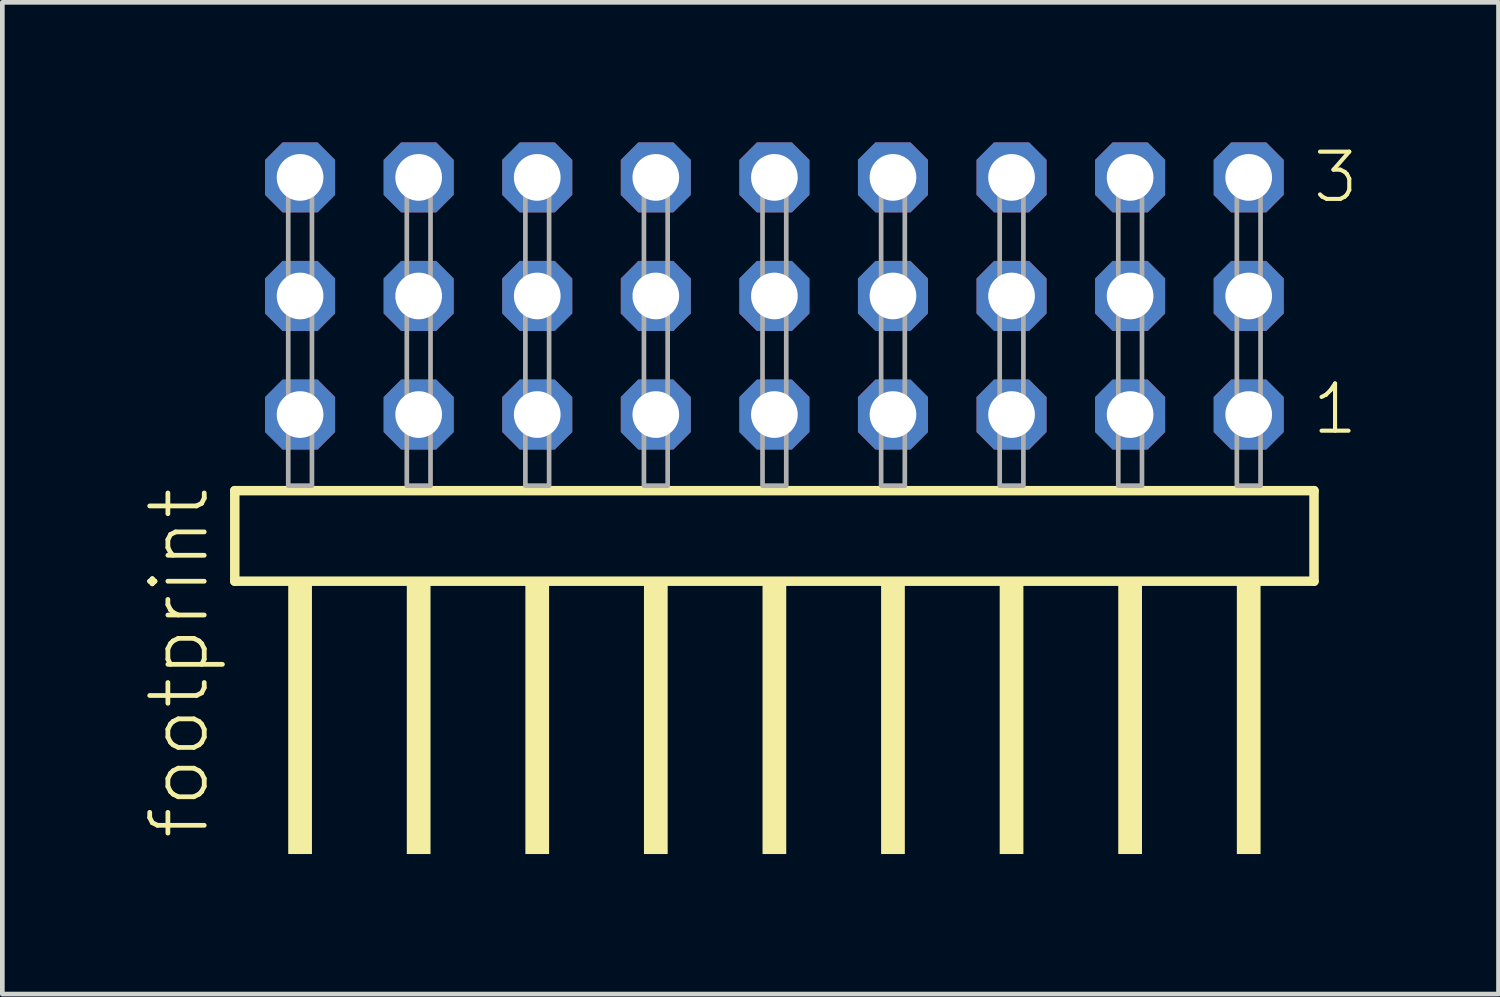
<source format=kicad_pcb>
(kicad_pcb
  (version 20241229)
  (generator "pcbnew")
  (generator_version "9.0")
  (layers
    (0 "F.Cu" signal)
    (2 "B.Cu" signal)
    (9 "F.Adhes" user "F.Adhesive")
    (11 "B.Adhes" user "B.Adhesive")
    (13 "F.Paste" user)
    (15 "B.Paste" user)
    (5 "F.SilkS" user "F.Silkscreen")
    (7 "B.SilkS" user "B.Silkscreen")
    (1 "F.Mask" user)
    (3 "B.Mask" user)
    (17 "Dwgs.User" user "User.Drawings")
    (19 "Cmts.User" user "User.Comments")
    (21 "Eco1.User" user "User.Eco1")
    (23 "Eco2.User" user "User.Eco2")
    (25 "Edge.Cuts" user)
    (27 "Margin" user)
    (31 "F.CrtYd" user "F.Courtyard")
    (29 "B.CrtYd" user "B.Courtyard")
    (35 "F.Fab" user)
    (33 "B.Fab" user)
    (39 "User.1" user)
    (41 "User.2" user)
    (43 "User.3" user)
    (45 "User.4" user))
  (footprint "footprint"
    (layer "F.Cu")
    (at 13.538 7.354)
    (property "Reference" "footprint" (at -12.065 7.62 90) (layer "F.SilkS") (effects (font (size 1.168 1.168) (thickness 0.102)) (justify left bottom)))
    (fp_line (start -11.559 0.106) (end -11.559 2.046) (stroke (width 0.203) (type solid)) (layer "F.SilkS"))
    (fp_line (start -11.559 2.046) (end 11.559 2.046) (stroke (width 0.203) (type solid)) (layer "F.SilkS"))
    (fp_line (start 11.559 0.106) (end -11.559 0.106) (stroke (width 0.203) (type solid)) (layer "F.SilkS"))
    (fp_line (start 11.559 2.046) (end 11.559 0.106) (stroke (width 0.203) (type solid)) (layer "F.SilkS"))
    (fp_poly (pts (xy -10.414 7.89) (xy -9.906 7.89) (xy -9.906 2.04) (xy -10.414 2.04)) (stroke (width 0) (type solid)) (fill yes) (layer "F.SilkS"))
    (fp_poly (pts (xy -7.874 7.89) (xy -7.366 7.89) (xy -7.366 2.04) (xy -7.874 2.04)) (stroke (width 0) (type solid)) (fill yes) (layer "F.SilkS"))
    (fp_poly (pts (xy -5.334 7.89) (xy -4.826 7.89) (xy -4.826 2.04) (xy -5.334 2.04)) (stroke (width 0) (type solid)) (fill yes) (layer "F.SilkS"))
    (fp_poly (pts (xy -2.794 7.89) (xy -2.286 7.89) (xy -2.286 2.04) (xy -2.794 2.04)) (stroke (width 0) (type solid)) (fill yes) (layer "F.SilkS"))
    (fp_poly (pts (xy -0.254 7.89) (xy 0.254 7.89) (xy 0.254 2.04) (xy -0.254 2.04)) (stroke (width 0) (type solid)) (fill yes) (layer "F.SilkS"))
    (fp_poly (pts (xy 2.286 7.89) (xy 2.794 7.89) (xy 2.794 2.04) (xy 2.286 2.04)) (stroke (width 0) (type solid)) (fill yes) (layer "F.SilkS"))
    (fp_poly (pts (xy 4.826 7.89) (xy 5.334 7.89) (xy 5.334 2.04) (xy 4.826 2.04)) (stroke (width 0) (type solid)) (fill yes) (layer "F.SilkS"))
    (fp_poly (pts (xy 7.366 7.89) (xy 7.874 7.89) (xy 7.874 2.04) (xy 7.366 2.04)) (stroke (width 0) (type solid)) (fill yes) (layer "F.SilkS"))
    (fp_poly (pts (xy 9.906 7.89) (xy 10.414 7.89) (xy 10.414 2.04) (xy 9.906 2.04)) (stroke (width 0) (type solid)) (fill yes) (layer "F.SilkS"))
    (fp_poly (pts (xy -10.414 0) (xy -9.906 0) (xy -9.906 -6.858) (xy -10.414 -6.858)) (stroke (width 0.1) (type solid)) (fill no) (layer "F.Fab"))
    (fp_poly (pts (xy -7.874 0) (xy -7.366 0) (xy -7.366 -6.858) (xy -7.874 -6.858)) (stroke (width 0.1) (type solid)) (fill no) (layer "F.Fab"))
    (fp_poly (pts (xy -5.334 0) (xy -4.826 0) (xy -4.826 -6.858) (xy -5.334 -6.858)) (stroke (width 0.1) (type solid)) (fill no) (layer "F.Fab"))
    (fp_poly (pts (xy -2.794 0) (xy -2.286 0) (xy -2.286 -6.858) (xy -2.794 -6.858)) (stroke (width 0.1) (type solid)) (fill no) (layer "F.Fab"))
    (fp_poly (pts (xy -0.254 0) (xy 0.254 0) (xy 0.254 -6.858) (xy -0.254 -6.858)) (stroke (width 0.1) (type solid)) (fill no) (layer "F.Fab"))
    (fp_poly (pts (xy 2.286 0) (xy 2.794 0) (xy 2.794 -6.858) (xy 2.286 -6.858)) (stroke (width 0.1) (type solid)) (fill no) (layer "F.Fab"))
    (fp_poly (pts (xy 4.826 0) (xy 5.334 0) (xy 5.334 -6.858) (xy 4.826 -6.858)) (stroke (width 0.1) (type solid)) (fill no) (layer "F.Fab"))
    (fp_poly (pts (xy 7.366 0) (xy 7.874 0) (xy 7.874 -6.858) (xy 7.366 -6.858)) (stroke (width 0.1) (type solid)) (fill no) (layer "F.Fab"))
    (fp_poly (pts (xy 9.906 0) (xy 10.414 0) (xy 10.414 -6.858) (xy 9.906 -6.858)) (stroke (width 0.1) (type solid)) (fill no) (layer "F.Fab"))
    (fp_text user "3" (at 11.485 -6.015 0) (layer "F.SilkS") (effects (font (size 1.012 1.012) (thickness 0.088)) (justify left bottom)))
    (fp_text user "1" (at 11.47 -1.05 0) (layer "F.SilkS") (effects (font (size 1.012 1.012) (thickness 0.088)) (justify left bottom)))
    (pad "1" thru_hole roundrect (at 10.16 -1.524 180) (size 1.5 1.5) (drill 1) (layers "*.Cu" "*.Mask") (roundrect_rratio 0.25) (chamfer_ratio 0.25) (chamfer top_left top_right bottom_left bottom_right))
    (pad "2" thru_hole roundrect (at 10.16 -4.064 180) (size 1.5 1.5) (drill 1) (layers "*.Cu" "*.Mask") (roundrect_rratio 0.25) (chamfer_ratio 0.25) (chamfer top_left top_right bottom_left bottom_right))
    (pad "3" thru_hole roundrect (at 10.16 -6.604 180) (size 1.5 1.5) (drill 1) (layers "*.Cu" "*.Mask") (roundrect_rratio 0.25) (chamfer_ratio 0.25) (chamfer top_left top_right bottom_left bottom_right))
    (pad "4" thru_hole roundrect (at 7.62 -1.524 180) (size 1.5 1.5) (drill 1) (layers "*.Cu" "*.Mask") (roundrect_rratio 0.25) (chamfer_ratio 0.25) (chamfer top_left top_right bottom_left bottom_right))
    (pad "5" thru_hole roundrect (at 7.62 -4.064 180) (size 1.5 1.5) (drill 1) (layers "*.Cu" "*.Mask") (roundrect_rratio 0.25) (chamfer_ratio 0.25) (chamfer top_left top_right bottom_left bottom_right))
    (pad "6" thru_hole roundrect (at 7.62 -6.604 180) (size 1.5 1.5) (drill 1) (layers "*.Cu" "*.Mask") (roundrect_rratio 0.25) (chamfer_ratio 0.25) (chamfer top_left top_right bottom_left bottom_right))
    (pad "7" thru_hole roundrect (at 5.08 -1.524 180) (size 1.5 1.5) (drill 1) (layers "*.Cu" "*.Mask") (roundrect_rratio 0.25) (chamfer_ratio 0.25) (chamfer top_left top_right bottom_left bottom_right))
    (pad "8" thru_hole roundrect (at 5.08 -4.064 180) (size 1.5 1.5) (drill 1) (layers "*.Cu" "*.Mask") (roundrect_rratio 0.25) (chamfer_ratio 0.25) (chamfer top_left top_right bottom_left bottom_right))
    (pad "9" thru_hole roundrect (at 5.08 -6.604 180) (size 1.5 1.5) (drill 1) (layers "*.Cu" "*.Mask") (roundrect_rratio 0.25) (chamfer_ratio 0.25) (chamfer top_left top_right bottom_left bottom_right))
    (pad "10" thru_hole roundrect (at 2.54 -1.524 180) (size 1.5 1.5) (drill 1) (layers "*.Cu" "*.Mask") (roundrect_rratio 0.25) (chamfer_ratio 0.25) (chamfer top_left top_right bottom_left bottom_right))
    (pad "11" thru_hole roundrect (at 2.54 -4.064 180) (size 1.5 1.5) (drill 1) (layers "*.Cu" "*.Mask") (roundrect_rratio 0.25) (chamfer_ratio 0.25) (chamfer top_left top_right bottom_left bottom_right))
    (pad "12" thru_hole roundrect (at 2.54 -6.604 180) (size 1.5 1.5) (drill 1) (layers "*.Cu" "*.Mask") (roundrect_rratio 0.25) (chamfer_ratio 0.25) (chamfer top_left top_right bottom_left bottom_right))
    (pad "13" thru_hole roundrect (at 0 -1.524 180) (size 1.5 1.5) (drill 1) (layers "*.Cu" "*.Mask") (roundrect_rratio 0.25) (chamfer_ratio 0.25) (chamfer top_left top_right bottom_left bottom_right))
    (pad "14" thru_hole roundrect (at 0 -4.064 180) (size 1.5 1.5) (drill 1) (layers "*.Cu" "*.Mask") (roundrect_rratio 0.25) (chamfer_ratio 0.25) (chamfer top_left top_right bottom_left bottom_right))
    (pad "15" thru_hole roundrect (at 0 -6.604 180) (size 1.5 1.5) (drill 1) (layers "*.Cu" "*.Mask") (roundrect_rratio 0.25) (chamfer_ratio 0.25) (chamfer top_left top_right bottom_left bottom_right))
    (pad "16" thru_hole roundrect (at -2.54 -1.524 180) (size 1.5 1.5) (drill 1) (layers "*.Cu" "*.Mask") (roundrect_rratio 0.25) (chamfer_ratio 0.25) (chamfer top_left top_right bottom_left bottom_right))
    (pad "17" thru_hole roundrect (at -2.54 -4.064 180) (size 1.5 1.5) (drill 1) (layers "*.Cu" "*.Mask") (roundrect_rratio 0.25) (chamfer_ratio 0.25) (chamfer top_left top_right bottom_left bottom_right))
    (pad "18" thru_hole roundrect (at -2.54 -6.604 180) (size 1.5 1.5) (drill 1) (layers "*.Cu" "*.Mask") (roundrect_rratio 0.25) (chamfer_ratio 0.25) (chamfer top_left top_right bottom_left bottom_right))
    (pad "19" thru_hole roundrect (at -5.08 -1.524 180) (size 1.5 1.5) (drill 1) (layers "*.Cu" "*.Mask") (roundrect_rratio 0.25) (chamfer_ratio 0.25) (chamfer top_left top_right bottom_left bottom_right))
    (pad "20" thru_hole roundrect (at -5.08 -4.064 180) (size 1.5 1.5) (drill 1) (layers "*.Cu" "*.Mask") (roundrect_rratio 0.25) (chamfer_ratio 0.25) (chamfer top_left top_right bottom_left bottom_right))
    (pad "21" thru_hole roundrect (at -5.08 -6.604 180) (size 1.5 1.5) (drill 1) (layers "*.Cu" "*.Mask") (roundrect_rratio 0.25) (chamfer_ratio 0.25) (chamfer top_left top_right bottom_left bottom_right))
    (pad "22" thru_hole roundrect (at -7.62 -1.524 180) (size 1.5 1.5) (drill 1) (layers "*.Cu" "*.Mask") (roundrect_rratio 0.25) (chamfer_ratio 0.25) (chamfer top_left top_right bottom_left bottom_right))
    (pad "23" thru_hole roundrect (at -7.62 -4.064 180) (size 1.5 1.5) (drill 1) (layers "*.Cu" "*.Mask") (roundrect_rratio 0.25) (chamfer_ratio 0.25) (chamfer top_left top_right bottom_left bottom_right))
    (pad "24" thru_hole roundrect (at -7.62 -6.604 180) (size 1.5 1.5) (drill 1) (layers "*.Cu" "*.Mask") (roundrect_rratio 0.25) (chamfer_ratio 0.25) (chamfer top_left top_right bottom_left bottom_right))
    (pad "25" thru_hole roundrect (at -10.16 -1.524 180) (size 1.5 1.5) (drill 1) (layers "*.Cu" "*.Mask") (roundrect_rratio 0.25) (chamfer_ratio 0.25) (chamfer top_left top_right bottom_left bottom_right))
    (pad "26" thru_hole roundrect (at -10.16 -4.064 180) (size 1.5 1.5) (drill 1) (layers "*.Cu" "*.Mask") (roundrect_rratio 0.25) (chamfer_ratio 0.25) (chamfer top_left top_right bottom_left bottom_right))
    (pad "27" thru_hole roundrect (at -10.16 -6.604 180) (size 1.5 1.5) (drill 1) (layers "*.Cu" "*.Mask") (roundrect_rratio 0.25) (chamfer_ratio 0.25) (chamfer top_left top_right bottom_left bottom_right)))
  (gr_rect
    (start -3 -3)
    (end 29.049 18.244)
    (stroke (width 0.1) (type default))
    (fill no)
    (layer "Edge.Cuts")))
</source>
